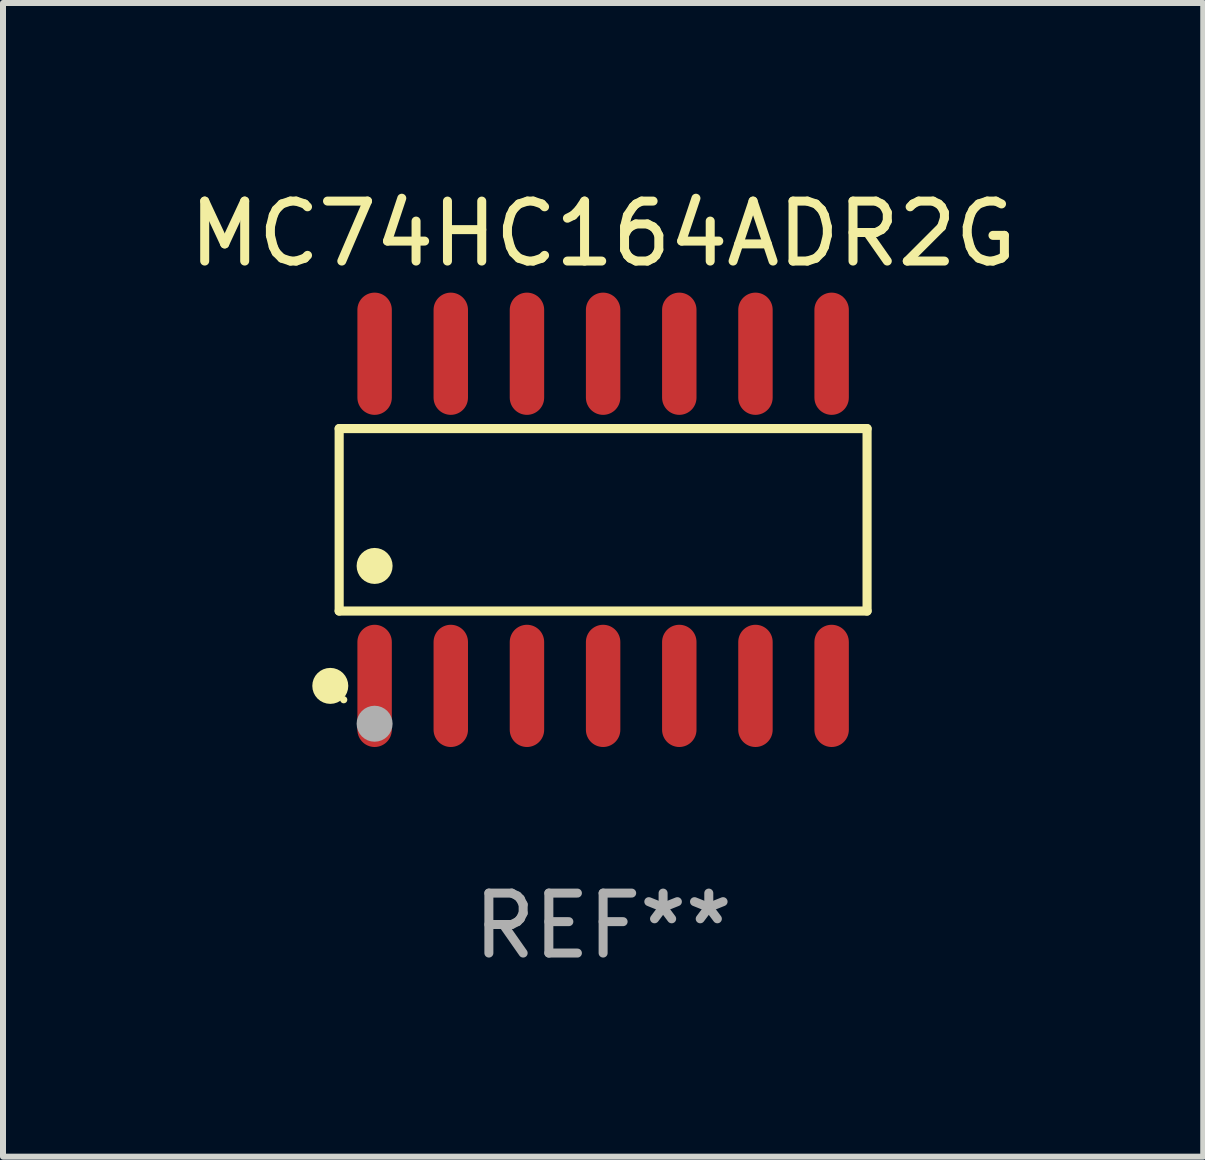
<source format=kicad_pcb>
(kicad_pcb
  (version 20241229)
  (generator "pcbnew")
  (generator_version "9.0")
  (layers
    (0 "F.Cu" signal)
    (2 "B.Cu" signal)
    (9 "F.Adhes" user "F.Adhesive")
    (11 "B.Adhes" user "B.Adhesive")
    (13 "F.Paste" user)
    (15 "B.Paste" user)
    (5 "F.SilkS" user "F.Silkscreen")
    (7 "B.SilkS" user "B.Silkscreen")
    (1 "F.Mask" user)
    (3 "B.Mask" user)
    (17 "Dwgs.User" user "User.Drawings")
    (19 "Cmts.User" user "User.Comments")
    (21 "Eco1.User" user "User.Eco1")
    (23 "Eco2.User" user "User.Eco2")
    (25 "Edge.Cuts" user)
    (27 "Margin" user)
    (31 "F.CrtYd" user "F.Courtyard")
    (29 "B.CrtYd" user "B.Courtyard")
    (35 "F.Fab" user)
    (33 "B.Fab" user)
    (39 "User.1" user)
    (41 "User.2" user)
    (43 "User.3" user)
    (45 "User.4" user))
  (footprint "MC74HC164ADR2G"
    (layer "F.Cu")
    (at 7.006 5.617)
    (property "Reference" "MC74HC164ADR2G" (at 0 -4.769 0) (layer "F.SilkS") (effects (font (size 1 1) (thickness 0.15))))
    (attr through_hole)
    (fp_line (start -4.401 -1.521) (end 4.401 -1.521) (stroke (width 0.152) (type solid)) (layer "F.SilkS"))
    (fp_line (start -4.401 1.521) (end -4.401 -1.521) (stroke (width 0.152) (type solid)) (layer "F.SilkS"))
    (fp_line (start 4.401 -1.521) (end 4.401 1.521) (stroke (width 0.152) (type solid)) (layer "F.SilkS"))
    (fp_line (start 4.401 1.521) (end -4.401 1.521) (stroke (width 0.152) (type solid)) (layer "F.SilkS"))
    (fp_circle (center -4.549 2.769) (end -4.399 2.769) (stroke (width 0.3) (type solid)) (fill no) (layer "F.SilkS"))
    (fp_circle (center -4.325 3) (end -4.295 3) (stroke (width 0.06) (type solid)) (fill no) (layer "F.SilkS"))
    (fp_circle (center -3.81 0.769) (end -3.66 0.769) (stroke (width 0.3) (type solid)) (fill no) (layer "F.SilkS"))
    (fp_circle (center -3.81 3.4) (end -3.66 3.4) (stroke (width 0.3) (type solid)) (fill no) (layer "F.Fab"))
    (fp_text user "REF**" (at 0 6.769 0) (layer "F.Fab") (effects (font (size 1 1) (thickness 0.15))))
    (pad "1" smd oval (at -3.81 2.769) (size 0.574 2.038) (layers "F.Cu" "F.Mask" "F.Paste"))
    (pad "2" smd oval (at -2.54 2.769) (size 0.574 2.038) (layers "F.Cu" "F.Mask" "F.Paste"))
    (pad "3" smd oval (at -1.27 2.769) (size 0.574 2.038) (layers "F.Cu" "F.Mask" "F.Paste"))
    (pad "4" smd oval (at 0 2.769) (size 0.574 2.038) (layers "F.Cu" "F.Mask" "F.Paste"))
    (pad "5" smd oval (at 1.27 2.769) (size 0.574 2.038) (layers "F.Cu" "F.Mask" "F.Paste"))
    (pad "6" smd oval (at 2.54 2.769) (size 0.574 2.038) (layers "F.Cu" "F.Mask" "F.Paste"))
    (pad "7" smd oval (at 3.81 2.769) (size 0.574 2.038) (layers "F.Cu" "F.Mask" "F.Paste"))
    (pad "8" smd oval (at 3.81 -2.769) (size 0.574 2.038) (layers "F.Cu" "F.Mask" "F.Paste"))
    (pad "9" smd oval (at 2.54 -2.769) (size 0.574 2.038) (layers "F.Cu" "F.Mask" "F.Paste"))
    (pad "10" smd oval (at 1.27 -2.769) (size 0.574 2.038) (layers "F.Cu" "F.Mask" "F.Paste"))
    (pad "11" smd oval (at 0 -2.769) (size 0.574 2.038) (layers "F.Cu" "F.Mask" "F.Paste"))
    (pad "12" smd oval (at -1.27 -2.769) (size 0.574 2.038) (layers "F.Cu" "F.Mask" "F.Paste"))
    (pad "13" smd oval (at -2.54 -2.769) (size 0.574 2.038) (layers "F.Cu" "F.Mask" "F.Paste"))
    (pad "14" smd oval (at -3.81 -2.769) (size 0.574 2.038) (layers "F.Cu" "F.Mask" "F.Paste")))
  (gr_rect
    (start -3 -3)
    (end 17.012 16.235)
    (stroke (width 0.1) (type default))
    (fill no)
    (layer "Edge.Cuts")))
</source>
